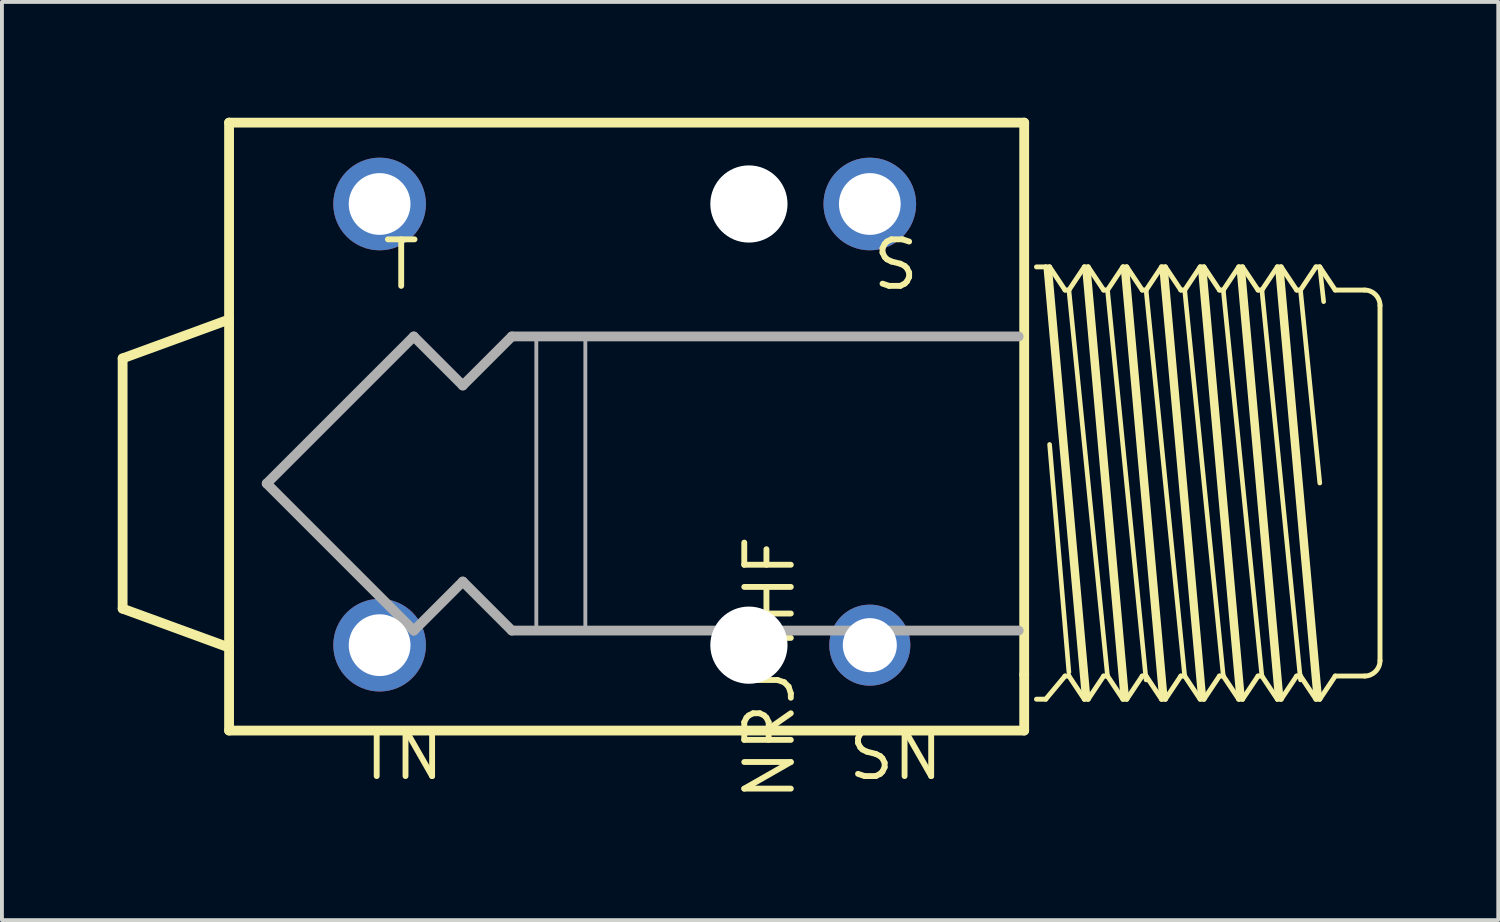
<source format=kicad_pcb>
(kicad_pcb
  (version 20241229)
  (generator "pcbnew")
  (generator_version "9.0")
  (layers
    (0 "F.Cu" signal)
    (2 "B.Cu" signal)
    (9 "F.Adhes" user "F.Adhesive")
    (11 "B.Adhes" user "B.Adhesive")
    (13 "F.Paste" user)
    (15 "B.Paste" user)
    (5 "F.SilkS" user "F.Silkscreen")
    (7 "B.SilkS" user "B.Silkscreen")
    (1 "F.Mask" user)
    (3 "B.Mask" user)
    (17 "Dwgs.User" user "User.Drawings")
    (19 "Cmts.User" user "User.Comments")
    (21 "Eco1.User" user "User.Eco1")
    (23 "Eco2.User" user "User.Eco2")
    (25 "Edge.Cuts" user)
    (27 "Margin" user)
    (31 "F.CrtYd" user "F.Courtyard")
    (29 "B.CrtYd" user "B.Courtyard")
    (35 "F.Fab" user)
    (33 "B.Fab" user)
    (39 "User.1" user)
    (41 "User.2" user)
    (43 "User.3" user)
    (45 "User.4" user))
  (footprint "NRJ4HF"
    (layer "F.Cu")
    (at 14.405 10.227)
    (property "Reference" "NRJ4HF" (at 1.778 0.508 90) (layer "F.SilkS") (effects (font (size 1.206 1.206) (thickness 0.152)) (justify right top)))
    (attr through_hole)
    (fp_line (start -14.278 -3.992) (end -11.52 -5) (stroke (width 0.254) (type solid)) (layer "F.SilkS"))
    (fp_line (start -14.278 2.492) (end -14.278 -3.992) (stroke (width 0.254) (type solid)) (layer "F.SilkS"))
    (fp_line (start -11.52 -10.1) (end -11.52 -5) (stroke (width 0.254) (type solid)) (layer "F.SilkS"))
    (fp_line (start -11.52 -5) (end -11.52 3.5) (stroke (width 0.254) (type solid)) (layer "F.SilkS"))
    (fp_line (start -11.52 3.5) (end -14.278 2.492) (stroke (width 0.254) (type solid)) (layer "F.SilkS"))
    (fp_line (start -11.52 3.5) (end -11.52 5.65) (stroke (width 0.254) (type solid)) (layer "F.SilkS"))
    (fp_line (start -11.52 5.65) (end 9.08 5.65) (stroke (width 0.254) (type solid)) (layer "F.SilkS"))
    (fp_line (start 9.08 -10.1) (end -11.52 -10.1) (stroke (width 0.254) (type solid)) (layer "F.SilkS"))
    (fp_line (start 9.08 4.2) (end 9.08 -10.1) (stroke (width 0.254) (type solid)) (layer "F.SilkS"))
    (fp_line (start 9.08 5.65) (end 9.08 4.2) (stroke (width 0.254) (type solid)) (layer "F.SilkS"))
    (fp_line (start 9.638 -6.362) (end 9.398 -6.362) (stroke (width 0.127) (type solid)) (layer "F.SilkS"))
    (fp_line (start 9.638 4.838) (end 9.398 4.838) (stroke (width 0.127) (type solid)) (layer "F.SilkS"))
    (fp_line (start 9.738 -6.362) (end 9.638 -6.362) (stroke (width 0.127) (type solid)) (layer "F.SilkS"))
    (fp_line (start 9.738 -6.362) (end 10.738 4.838) (stroke (width 0.12) (type solid)) (layer "F.SilkS"))
    (fp_line (start 10.138 -5.762) (end 9.738 -6.362) (stroke (width 0.127) (type solid)) (layer "F.SilkS"))
    (fp_line (start 10.138 4.238) (end 9.638 4.838) (stroke (width 0.127) (type solid)) (layer "F.SilkS"))
    (fp_line (start 10.238 -5.762) (end 10.138 -5.762) (stroke (width 0.127) (type solid)) (layer "F.SilkS"))
    (fp_line (start 10.238 4.138) (end 9.738 -1.762) (stroke (width 0.12) (type solid)) (layer "F.SilkS"))
    (fp_line (start 10.238 4.238) (end 10.138 4.238) (stroke (width 0.127) (type solid)) (layer "F.SilkS"))
    (fp_line (start 10.638 -6.362) (end 10.238 -5.762) (stroke (width 0.127) (type solid)) (layer "F.SilkS"))
    (fp_line (start 10.638 -6.362) (end 11.638 4.838) (stroke (width 0.12) (type solid)) (layer "F.SilkS"))
    (fp_line (start 10.638 4.838) (end 9.638 -6.362) (stroke (width 0.12) (type solid)) (layer "F.SilkS"))
    (fp_line (start 10.638 4.838) (end 10.238 4.238) (stroke (width 0.127) (type solid)) (layer "F.SilkS"))
    (fp_line (start 10.738 -6.362) (end 10.638 -6.362) (stroke (width 0.127) (type solid)) (layer "F.SilkS"))
    (fp_line (start 10.738 4.838) (end 10.638 4.838) (stroke (width 0.127) (type solid)) (layer "F.SilkS"))
    (fp_line (start 11.138 -5.762) (end 10.738 -6.362) (stroke (width 0.127) (type solid)) (layer "F.SilkS"))
    (fp_line (start 11.138 4.238) (end 10.738 4.838) (stroke (width 0.127) (type solid)) (layer "F.SilkS"))
    (fp_line (start 11.238 -5.762) (end 11.138 -5.762) (stroke (width 0.127) (type solid)) (layer "F.SilkS"))
    (fp_line (start 11.238 -5.762) (end 12.238 4.338) (stroke (width 0.12) (type solid)) (layer "F.SilkS"))
    (fp_line (start 11.238 4.238) (end 10.238 -5.762) (stroke (width 0.12) (type solid)) (layer "F.SilkS"))
    (fp_line (start 11.238 4.238) (end 11.138 4.238) (stroke (width 0.127) (type solid)) (layer "F.SilkS"))
    (fp_line (start 11.638 -6.362) (end 11.238 -5.762) (stroke (width 0.127) (type solid)) (layer "F.SilkS"))
    (fp_line (start 11.638 4.838) (end 11.238 4.238) (stroke (width 0.127) (type solid)) (layer "F.SilkS"))
    (fp_line (start 11.738 -6.362) (end 11.638 -6.362) (stroke (width 0.127) (type solid)) (layer "F.SilkS"))
    (fp_line (start 11.738 -6.362) (end 12.738 4.838) (stroke (width 0.12) (type solid)) (layer "F.SilkS"))
    (fp_line (start 11.738 4.838) (end 10.738 -6.362) (stroke (width 0.12) (type solid)) (layer "F.SilkS"))
    (fp_line (start 11.738 4.838) (end 11.638 4.838) (stroke (width 0.127) (type solid)) (layer "F.SilkS"))
    (fp_line (start 12.138 -5.762) (end 11.738 -6.362) (stroke (width 0.127) (type solid)) (layer "F.SilkS"))
    (fp_line (start 12.138 4.238) (end 11.738 4.838) (stroke (width 0.127) (type solid)) (layer "F.SilkS"))
    (fp_line (start 12.238 -5.762) (end 12.138 -5.762) (stroke (width 0.127) (type solid)) (layer "F.SilkS"))
    (fp_line (start 12.238 4.238) (end 12.138 4.238) (stroke (width 0.127) (type solid)) (layer "F.SilkS"))
    (fp_line (start 12.638 -6.362) (end 12.238 -5.762) (stroke (width 0.127) (type solid)) (layer "F.SilkS"))
    (fp_line (start 12.638 -6.362) (end 13.638 4.738) (stroke (width 0.12) (type solid)) (layer "F.SilkS"))
    (fp_line (start 12.638 4.838) (end 11.638 -6.362) (stroke (width 0.12) (type solid)) (layer "F.SilkS"))
    (fp_line (start 12.638 4.838) (end 12.238 4.238) (stroke (width 0.127) (type solid)) (layer "F.SilkS"))
    (fp_line (start 12.738 -6.362) (end 12.638 -6.362) (stroke (width 0.127) (type solid)) (layer "F.SilkS"))
    (fp_line (start 12.738 4.838) (end 12.638 4.838) (stroke (width 0.127) (type solid)) (layer "F.SilkS"))
    (fp_line (start 13.138 -5.762) (end 12.738 -6.362) (stroke (width 0.127) (type solid)) (layer "F.SilkS"))
    (fp_line (start 13.138 4.238) (end 12.738 4.838) (stroke (width 0.127) (type solid)) (layer "F.SilkS"))
    (fp_line (start 13.238 -5.762) (end 13.138 -5.762) (stroke (width 0.127) (type solid)) (layer "F.SilkS"))
    (fp_line (start 13.238 -5.762) (end 14.238 4.238) (stroke (width 0.12) (type solid)) (layer "F.SilkS"))
    (fp_line (start 13.238 4.238) (end 12.238 -5.762) (stroke (width 0.12) (type solid)) (layer "F.SilkS"))
    (fp_line (start 13.238 4.238) (end 13.138 4.238) (stroke (width 0.127) (type solid)) (layer "F.SilkS"))
    (fp_line (start 13.638 -6.362) (end 13.238 -5.762) (stroke (width 0.127) (type solid)) (layer "F.SilkS"))
    (fp_line (start 13.638 -6.362) (end 14.638 4.838) (stroke (width 0.12) (type solid)) (layer "F.SilkS"))
    (fp_line (start 13.638 4.838) (end 13.238 4.238) (stroke (width 0.127) (type solid)) (layer "F.SilkS"))
    (fp_line (start 13.738 -6.362) (end 13.638 -6.362) (stroke (width 0.127) (type solid)) (layer "F.SilkS"))
    (fp_line (start 13.738 -6.362) (end 14.738 4.838) (stroke (width 0.12) (type solid)) (layer "F.SilkS"))
    (fp_line (start 13.738 4.838) (end 12.738 -6.362) (stroke (width 0.12) (type solid)) (layer "F.SilkS"))
    (fp_line (start 13.738 4.838) (end 13.638 4.838) (stroke (width 0.127) (type solid)) (layer "F.SilkS"))
    (fp_line (start 14.138 -5.762) (end 13.738 -6.362) (stroke (width 0.127) (type solid)) (layer "F.SilkS"))
    (fp_line (start 14.138 4.238) (end 13.738 4.838) (stroke (width 0.127) (type solid)) (layer "F.SilkS"))
    (fp_line (start 14.238 -5.762) (end 14.138 -5.762) (stroke (width 0.127) (type solid)) (layer "F.SilkS"))
    (fp_line (start 14.238 4.238) (end 14.138 4.238) (stroke (width 0.127) (type solid)) (layer "F.SilkS"))
    (fp_line (start 14.638 -6.362) (end 14.238 -5.762) (stroke (width 0.127) (type solid)) (layer "F.SilkS"))
    (fp_line (start 14.638 -6.362) (end 15.638 4.838) (stroke (width 0.12) (type solid)) (layer "F.SilkS"))
    (fp_line (start 14.638 4.838) (end 14.238 4.238) (stroke (width 0.127) (type solid)) (layer "F.SilkS"))
    (fp_line (start 14.738 -6.362) (end 14.638 -6.362) (stroke (width 0.127) (type solid)) (layer "F.SilkS"))
    (fp_line (start 14.738 4.838) (end 14.638 4.838) (stroke (width 0.127) (type solid)) (layer "F.SilkS"))
    (fp_line (start 15.138 -5.762) (end 14.738 -6.362) (stroke (width 0.127) (type solid)) (layer "F.SilkS"))
    (fp_line (start 15.138 4.238) (end 14.738 4.838) (stroke (width 0.127) (type solid)) (layer "F.SilkS"))
    (fp_line (start 15.238 -5.762) (end 15.138 -5.762) (stroke (width 0.127) (type solid)) (layer "F.SilkS"))
    (fp_line (start 15.238 -5.762) (end 16.238 4.338) (stroke (width 0.12) (type solid)) (layer "F.SilkS"))
    (fp_line (start 15.238 4.238) (end 14.238 -5.762) (stroke (width 0.12) (type solid)) (layer "F.SilkS"))
    (fp_line (start 15.238 4.238) (end 15.138 4.238) (stroke (width 0.127) (type solid)) (layer "F.SilkS"))
    (fp_line (start 15.638 -6.362) (end 15.238 -5.762) (stroke (width 0.127) (type solid)) (layer "F.SilkS"))
    (fp_line (start 15.638 -6.362) (end 16.638 4.838) (stroke (width 0.12) (type solid)) (layer "F.SilkS"))
    (fp_line (start 15.638 4.838) (end 15.238 4.238) (stroke (width 0.127) (type solid)) (layer "F.SilkS"))
    (fp_line (start 15.738 -6.362) (end 15.638 -6.362) (stroke (width 0.127) (type solid)) (layer "F.SilkS"))
    (fp_line (start 15.738 -6.362) (end 16.738 4.838) (stroke (width 0.12) (type solid)) (layer "F.SilkS"))
    (fp_line (start 15.738 4.838) (end 14.738 -6.362) (stroke (width 0.12) (type solid)) (layer "F.SilkS"))
    (fp_line (start 15.738 4.838) (end 15.638 4.838) (stroke (width 0.127) (type solid)) (layer "F.SilkS"))
    (fp_line (start 16.138 -5.762) (end 15.738 -6.362) (stroke (width 0.127) (type solid)) (layer "F.SilkS"))
    (fp_line (start 16.138 4.238) (end 15.738 4.838) (stroke (width 0.127) (type solid)) (layer "F.SilkS"))
    (fp_line (start 16.238 -5.762) (end 16.138 -5.762) (stroke (width 0.127) (type solid)) (layer "F.SilkS"))
    (fp_line (start 16.238 -5.762) (end 16.738 -0.762) (stroke (width 0.12) (type solid)) (layer "F.SilkS"))
    (fp_line (start 16.238 4.238) (end 16.138 4.238) (stroke (width 0.127) (type solid)) (layer "F.SilkS"))
    (fp_line (start 16.638 -6.362) (end 16.238 -5.762) (stroke (width 0.127) (type solid)) (layer "F.SilkS"))
    (fp_line (start 16.638 4.838) (end 16.238 4.238) (stroke (width 0.127) (type solid)) (layer "F.SilkS"))
    (fp_line (start 16.738 -6.362) (end 16.638 -6.362) (stroke (width 0.127) (type solid)) (layer "F.SilkS"))
    (fp_line (start 16.738 -6.362) (end 16.838 -5.462) (stroke (width 0.12) (type solid)) (layer "F.SilkS"))
    (fp_line (start 16.738 4.838) (end 16.638 4.838) (stroke (width 0.127) (type solid)) (layer "F.SilkS"))
    (fp_line (start 17.138 -5.762) (end 16.738 -6.362) (stroke (width 0.127) (type solid)) (layer "F.SilkS"))
    (fp_line (start 17.138 -5.762) (end 17.898 -5.762) (stroke (width 0.127) (type solid)) (layer "F.SilkS"))
    (fp_line (start 17.138 4.238) (end 16.738 4.838) (stroke (width 0.127) (type solid)) (layer "F.SilkS"))
    (fp_line (start 17.898 4.238) (end 17.138 4.238) (stroke (width 0.127) (type solid)) (layer "F.SilkS"))
    (fp_line (start 18.298 -5.362) (end 18.298 3.838) (stroke (width 0.127) (type solid)) (layer "F.SilkS"))
    (fp_arc (start 17.898 -5.762) (mid 18.180843 -5.644843) (end 18.298 -5.362) (stroke (width 0.127) (type solid)) (layer "F.SilkS"))
    (fp_arc (start 18.298 3.838) (mid 18.180843 4.120843) (end 17.898 4.238) (stroke (width 0.127) (type solid)) (layer "F.SilkS"))
    (fp_line (start -10.545 -0.75) (end -6.735 3.06) (stroke (width 0.254) (type solid)) (layer "F.Fab"))
    (fp_line (start -6.735 -4.56) (end -10.545 -0.75) (stroke (width 0.254) (type solid)) (layer "F.Fab"))
    (fp_line (start -6.735 3.06) (end -5.465 1.79) (stroke (width 0.254) (type solid)) (layer "F.Fab"))
    (fp_line (start -5.465 -3.29) (end -6.735 -4.56) (stroke (width 0.254) (type solid)) (layer "F.Fab"))
    (fp_line (start -5.465 1.79) (end -4.195 3.06) (stroke (width 0.254) (type solid)) (layer "F.Fab"))
    (fp_line (start -4.195 -4.56) (end -5.465 -3.29) (stroke (width 0.254) (type solid)) (layer "F.Fab"))
    (fp_line (start -4.195 3.06) (end 8.937 3.06) (stroke (width 0.254) (type solid)) (layer "F.Fab"))
    (fp_line (start 8.937 -4.56) (end -4.195 -4.56) (stroke (width 0.254) (type solid)) (layer "F.Fab"))
    (fp_poly (pts (xy -3.56 3.06) (xy -2.29 3.06) (xy -2.29 -4.56) (xy -3.56 -4.56)) (stroke (width 0.1) (type solid)) (fill no) (layer "F.Fab"))
    (fp_text user "SN" (at 4.445 6.985 0) (layer "F.SilkS") (effects (font (size 1.206 1.206) (thickness 0.152)) (justify left bottom)))
    (fp_text user "T" (at -7.62 -5.715 0) (layer "F.SilkS") (effects (font (size 1.206 1.206) (thickness 0.152)) (justify left bottom)))
    (fp_text user "S" (at 5.08 -5.715 0) (layer "F.SilkS") (effects (font (size 1.206 1.206) (thickness 0.152)) (justify left bottom)))
    (fp_text user "TN" (at -8.255 6.985 0) (layer "F.SilkS") (effects (font (size 1.206 1.206) (thickness 0.152)) (justify left bottom)))
    (pad "" np_thru_hole circle (at 1.948 -7.992) (size 2 2) (drill 2) (layers "*.Cu" "*.Mask"))
    (pad "" np_thru_hole circle (at 1.948 3.438) (size 2 2) (drill 2) (layers "*.Cu" "*.Mask"))
    (pad "S" thru_hole circle (at 5.08 -7.992) (size 2.4 2.4) (drill 1.6) (layers "*.Cu" "*.Mask"))
    (pad "SN" thru_hole circle (at 5.08 3.438) (size 2.1 2.1) (drill 1.4) (layers "*.Cu" "*.Mask"))
    (pad "T" thru_hole circle (at -7.62 -7.992) (size 2.4 2.4) (drill 1.6) (layers "*.Cu" "*.Mask"))
    (pad "TN" thru_hole circle (at -7.62 3.438) (size 2.4 2.4) (drill 1.6) (layers "*.Cu" "*.Mask")))
  (gr_rect
    (start -3 -3)
    (end 35.767 20.788)
    (stroke (width 0.1) (type default))
    (fill no)
    (layer "Edge.Cuts")))
</source>
